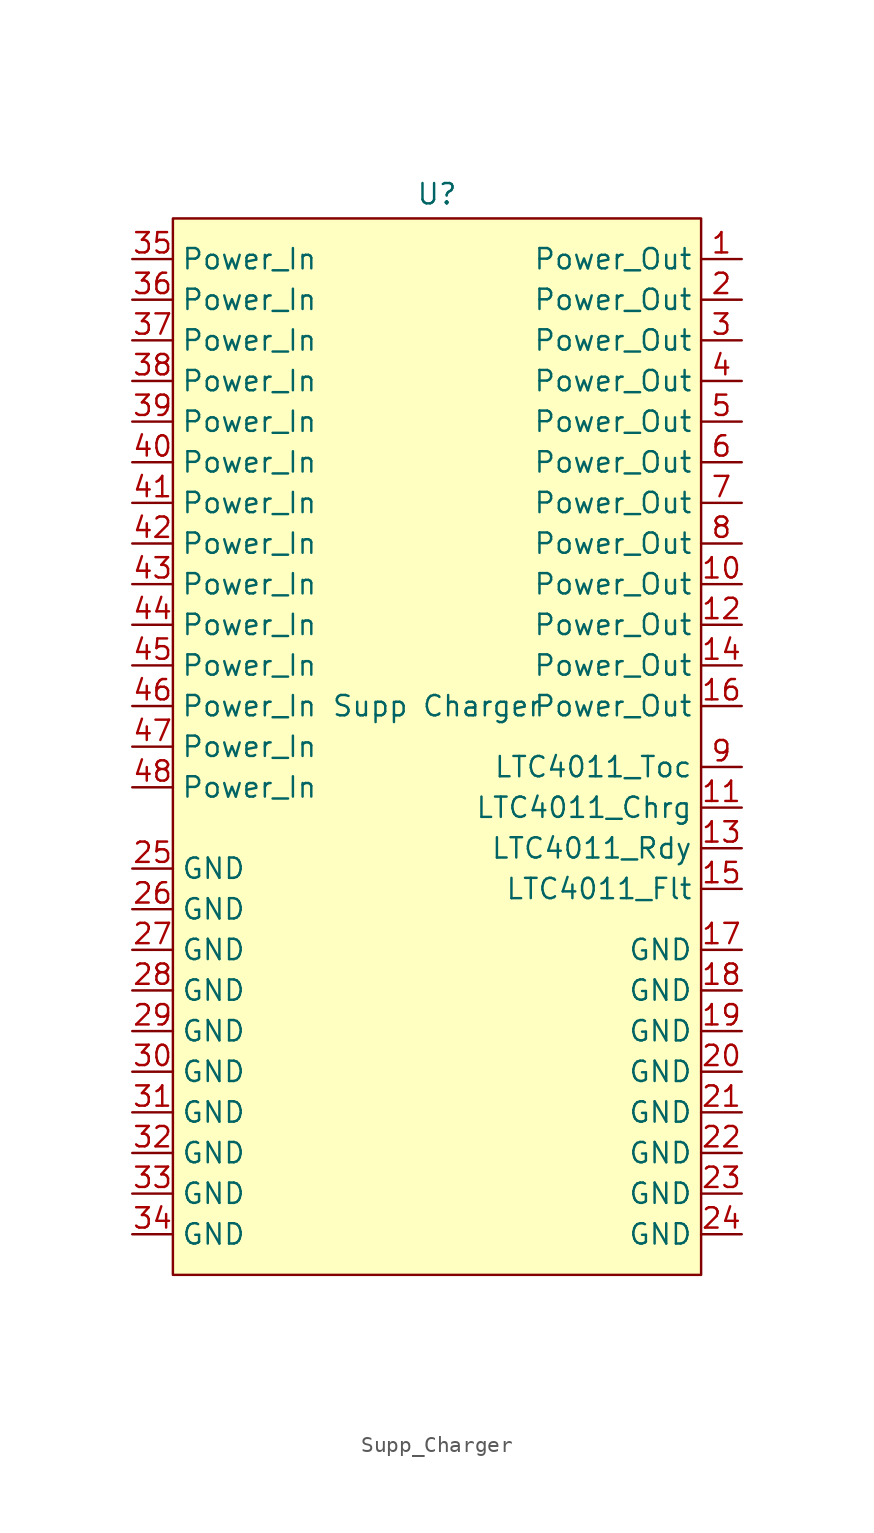
<source format=kicad_sym>
(kicad_symbol_lib
  (version 20241209)
  (generator "kicad_symbol_editor")
  (generator_version "9.0")
  (symbol "Supp_Charger"
    (property "Reference" "U"
      (at 0 32.004 0)
      (effects (font (size 1.27 1.27))))
    (property "Value" "Supp Charger"
      (at 0 0 0)
      (effects (font (size 1.27 1.27))))
    (symbol "Supp_Charger_1_1"
      (rectangle (start -16.51 30.48) (end 16.51 -35.56) (stroke (width 0) (type solid)) (fill (type background)))
      (pin input line (at -19.05 27.94 0) (length 2.54) (name "Power_In" (effects (font (size 1.27 1.27)))) (number "35" (effects (font (size 1.27 1.27)))))
      (pin input line (at -19.05 25.4 0) (length 2.54) (name "Power_In" (effects (font (size 1.27 1.27)))) (number "36" (effects (font (size 1.27 1.27)))))
      (pin input line (at -19.05 22.86 0) (length 2.54) (name "Power_In" (effects (font (size 1.27 1.27)))) (number "37" (effects (font (size 1.27 1.27)))))
      (pin input line (at -19.05 20.32 0) (length 2.54) (name "Power_In" (effects (font (size 1.27 1.27)))) (number "38" (effects (font (size 1.27 1.27)))))
      (pin input line (at -19.05 17.78 0) (length 2.54) (name "Power_In" (effects (font (size 1.27 1.27)))) (number "39" (effects (font (size 1.27 1.27)))))
      (pin input line (at -19.05 15.24 0) (length 2.54) (name "Power_In" (effects (font (size 1.27 1.27)))) (number "40" (effects (font (size 1.27 1.27)))))
      (pin input line (at -19.05 12.7 0) (length 2.54) (name "Power_In" (effects (font (size 1.27 1.27)))) (number "41" (effects (font (size 1.27 1.27)))))
      (pin input line (at -19.05 10.16 0) (length 2.54) (name "Power_In" (effects (font (size 1.27 1.27)))) (number "42" (effects (font (size 1.27 1.27)))))
      (pin input line (at -19.05 7.62 0) (length 2.54) (name "Power_In" (effects (font (size 1.27 1.27)))) (number "43" (effects (font (size 1.27 1.27)))))
      (pin input line (at -19.05 5.08 0) (length 2.54) (name "Power_In" (effects (font (size 1.27 1.27)))) (number "44" (effects (font (size 1.27 1.27)))))
      (pin input line (at -19.05 2.54 0) (length 2.54) (name "Power_In" (effects (font (size 1.27 1.27)))) (number "45" (effects (font (size 1.27 1.27)))))
      (pin input line (at -19.05 0 0) (length 2.54) (name "Power_In" (effects (font (size 1.27 1.27)))) (number "46" (effects (font (size 1.27 1.27)))))
      (pin input line (at -19.05 -2.54 0) (length 2.54) (name "Power_In" (effects (font (size 1.27 1.27)))) (number "47" (effects (font (size 1.27 1.27)))))
      (pin input line (at -19.05 -5.08 0) (length 2.54) (name "Power_In" (effects (font (size 1.27 1.27)))) (number "48" (effects (font (size 1.27 1.27)))))
      (pin passive line (at -19.05 -10.16 0) (length 2.54) (name "GND" (effects (font (size 1.27 1.27)))) (number "25" (effects (font (size 1.27 1.27)))))
      (pin passive line (at -19.05 -12.7 0) (length 2.54) (name "GND" (effects (font (size 1.27 1.27)))) (number "26" (effects (font (size 1.27 1.27)))))
      (pin passive line (at -19.05 -15.24 0) (length 2.54) (name "GND" (effects (font (size 1.27 1.27)))) (number "27" (effects (font (size 1.27 1.27)))))
      (pin passive line (at -19.05 -17.78 0) (length 2.54) (name "GND" (effects (font (size 1.27 1.27)))) (number "28" (effects (font (size 1.27 1.27)))))
      (pin passive line (at -19.05 -20.32 0) (length 2.54) (name "GND" (effects (font (size 1.27 1.27)))) (number "29" (effects (font (size 1.27 1.27)))))
      (pin passive line (at -19.05 -22.86 0) (length 2.54) (name "GND" (effects (font (size 1.27 1.27)))) (number "30" (effects (font (size 1.27 1.27)))))
      (pin passive line (at -19.05 -25.4 0) (length 2.54) (name "GND" (effects (font (size 1.27 1.27)))) (number "31" (effects (font (size 1.27 1.27)))))
      (pin passive line (at -19.05 -27.94 0) (length 2.54) (name "GND" (effects (font (size 1.27 1.27)))) (number "32" (effects (font (size 1.27 1.27)))))
      (pin passive line (at -19.05 -30.48 0) (length 2.54) (name "GND" (effects (font (size 1.27 1.27)))) (number "33" (effects (font (size 1.27 1.27)))))
      (pin passive line (at -19.05 -33.02 0) (length 2.54) (name "GND" (effects (font (size 1.27 1.27)))) (number "34" (effects (font (size 1.27 1.27)))))
      (pin no_connect line (at -3.81 -38.1 90) (length 2.54) (hide yes) (name "MP" (effects (font (size 1.27 1.27)))) (number "1" (effects (font (size 1.27 1.27)))))
      (pin no_connect line (at -1.27 -38.1 90) (length 2.54) (hide yes) (name "MP" (effects (font (size 1.27 1.27)))) (number "2" (effects (font (size 1.27 1.27)))))
      (pin no_connect line (at 1.27 -38.1 90) (length 2.54) (hide yes) (name "MP" (effects (font (size 1.27 1.27)))) (number "3" (effects (font (size 1.27 1.27)))))
      (pin no_connect line (at 3.81 -38.1 90) (length 2.54) (hide yes) (name "MP" (effects (font (size 1.27 1.27)))) (number "4" (effects (font (size 1.27 1.27)))))
      (pin input line (at 19.05 27.94 180) (length 2.54) (name "Power_Out" (effects (font (size 1.27 1.27)))) (number "1" (effects (font (size 1.27 1.27)))))
      (pin input line (at 19.05 25.4 180) (length 2.54) (name "Power_Out" (effects (font (size 1.27 1.27)))) (number "2" (effects (font (size 1.27 1.27)))))
      (pin input line (at 19.05 22.86 180) (length 2.54) (name "Power_Out" (effects (font (size 1.27 1.27)))) (number "3" (effects (font (size 1.27 1.27)))))
      (pin input line (at 19.05 20.32 180) (length 2.54) (name "Power_Out" (effects (font (size 1.27 1.27)))) (number "4" (effects (font (size 1.27 1.27)))))
      (pin input line (at 19.05 17.78 180) (length 2.54) (name "Power_Out" (effects (font (size 1.27 1.27)))) (number "5" (effects (font (size 1.27 1.27)))))
      (pin passive line (at 19.05 15.24 180) (length 2.54) (name "Power_Out" (effects (font (size 1.27 1.27)))) (number "6" (effects (font (size 1.27 1.27)))))
      (pin passive line (at 19.05 12.7 180) (length 2.54) (name "Power_Out" (effects (font (size 1.27 1.27)))) (number "7" (effects (font (size 1.27 1.27)))))
      (pin passive line (at 19.05 10.16 180) (length 2.54) (name "Power_Out" (effects (font (size 1.27 1.27)))) (number "8" (effects (font (size 1.27 1.27)))))
      (pin passive line (at 19.05 7.62 180) (length 2.54) (name "Power_Out" (effects (font (size 1.27 1.27)))) (number "10" (effects (font (size 1.27 1.27)))))
      (pin passive line (at 19.05 5.08 180) (length 2.54) (name "Power_Out" (effects (font (size 1.27 1.27)))) (number "12" (effects (font (size 1.27 1.27)))))
      (pin passive line (at 19.05 2.54 180) (length 2.54) (name "Power_Out" (effects (font (size 1.27 1.27)))) (number "14" (effects (font (size 1.27 1.27)))))
      (pin passive line (at 19.05 0 180) (length 2.54) (name "Power_Out" (effects (font (size 1.27 1.27)))) (number "16" (effects (font (size 1.27 1.27)))))
      (pin output line (at 19.05 -3.81 180) (length 2.54) (name "LTC4011_Toc" (effects (font (size 1.27 1.27)))) (number "9" (effects (font (size 1.27 1.27)))))
      (pin output line (at 19.05 -6.35 180) (length 2.54) (name "LTC4011_Chrg" (effects (font (size 1.27 1.27)))) (number "11" (effects (font (size 1.27 1.27)))))
      (pin output line (at 19.05 -8.89 180) (length 2.54) (name "LTC4011_Rdy" (effects (font (size 1.27 1.27)))) (number "13" (effects (font (size 1.27 1.27)))))
      (pin output line (at 19.05 -11.43 180) (length 2.54) (name "LTC4011_Flt" (effects (font (size 1.27 1.27)))) (number "15" (effects (font (size 1.27 1.27)))))
      (pin passive line (at 19.05 -15.24 180) (length 2.54) (name "GND" (effects (font (size 1.27 1.27)))) (number "17" (effects (font (size 1.27 1.27)))))
      (pin passive line (at 19.05 -17.78 180) (length 2.54) (name "GND" (effects (font (size 1.27 1.27)))) (number "18" (effects (font (size 1.27 1.27)))))
      (pin passive line (at 19.05 -20.32 180) (length 2.54) (name "GND" (effects (font (size 1.27 1.27)))) (number "19" (effects (font (size 1.27 1.27)))))
      (pin passive line (at 19.05 -22.86 180) (length 2.54) (name "GND" (effects (font (size 1.27 1.27)))) (number "20" (effects (font (size 1.27 1.27)))))
      (pin passive line (at 19.05 -25.4 180) (length 2.54) (name "GND" (effects (font (size 1.27 1.27)))) (number "21" (effects (font (size 1.27 1.27)))))
      (pin passive line (at 19.05 -27.94 180) (length 2.54) (name "GND" (effects (font (size 1.27 1.27)))) (number "22" (effects (font (size 1.27 1.27)))))
      (pin passive line (at 19.05 -30.48 180) (length 2.54) (name "GND" (effects (font (size 1.27 1.27)))) (number "23" (effects (font (size 1.27 1.27)))))
      (pin passive line (at 19.05 -33.02 180) (length 2.54) (name "GND" (effects (font (size 1.27 1.27)))) (number "24" (effects (font (size 1.27 1.27))))))))
</source>
